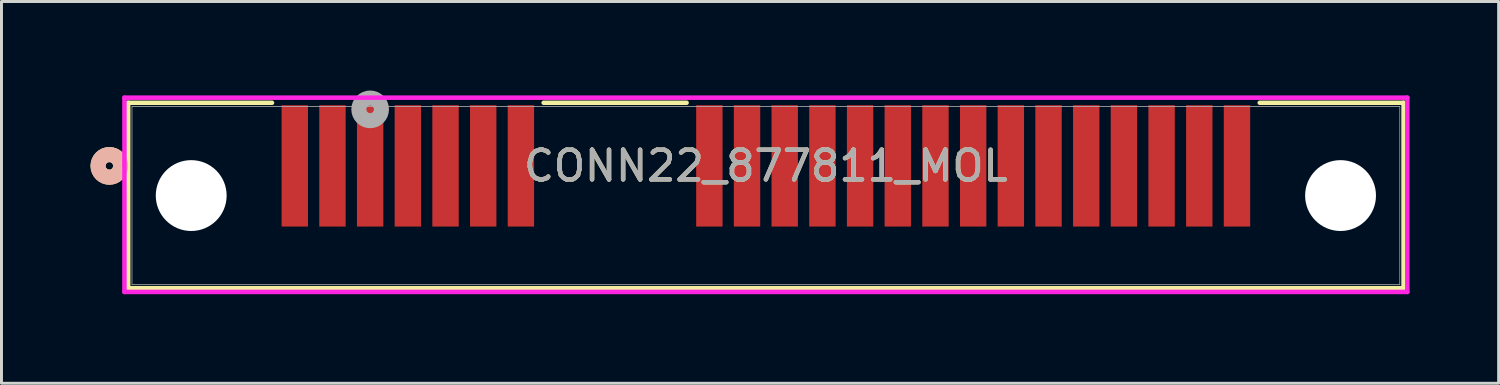
<source format=kicad_pcb>
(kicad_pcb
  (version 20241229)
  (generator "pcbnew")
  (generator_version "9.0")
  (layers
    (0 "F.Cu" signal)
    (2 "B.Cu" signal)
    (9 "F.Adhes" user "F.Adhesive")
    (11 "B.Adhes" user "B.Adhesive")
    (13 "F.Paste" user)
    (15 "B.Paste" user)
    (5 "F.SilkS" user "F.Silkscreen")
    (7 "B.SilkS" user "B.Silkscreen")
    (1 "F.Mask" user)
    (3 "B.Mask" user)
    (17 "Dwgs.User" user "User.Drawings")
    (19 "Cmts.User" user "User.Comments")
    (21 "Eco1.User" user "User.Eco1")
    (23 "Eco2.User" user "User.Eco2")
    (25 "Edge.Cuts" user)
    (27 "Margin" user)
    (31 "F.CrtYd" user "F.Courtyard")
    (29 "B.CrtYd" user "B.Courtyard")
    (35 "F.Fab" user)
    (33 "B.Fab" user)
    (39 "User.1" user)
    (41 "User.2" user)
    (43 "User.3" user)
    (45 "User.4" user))
  (footprint "CONN22_877811_MOL"
    (layer "F.Cu")
    (at 22.758 3.537)
    (property "Reference" "CONN22_877811_MOL" (at 0 -0.997 0) (unlocked yes) (layer "F.SilkS") (effects (font (size 1 1) (thickness 0.15))))
    (attr smd)
    (fp_line (start -21.488 -3.124) (end -16.642 -3.124) (stroke (width 0.152) (type solid)) (layer "F.SilkS"))
    (fp_line (start -21.488 3.124) (end -21.488 -3.124) (stroke (width 0.152) (type solid)) (layer "F.SilkS"))
    (fp_line (start -7.488 -3.124) (end -2.672 -3.124) (stroke (width 0.152) (type solid)) (layer "F.SilkS"))
    (fp_line (start 16.642 -3.124) (end 21.488 -3.124) (stroke (width 0.152) (type solid)) (layer "F.SilkS"))
    (fp_line (start 21.488 -3.124) (end 21.488 3.124) (stroke (width 0.152) (type solid)) (layer "F.SilkS"))
    (fp_line (start 21.488 3.124) (end -21.488 3.124) (stroke (width 0.152) (type solid)) (layer "F.SilkS"))
    (fp_circle (center -22.123 -0.997) (end -21.742 -0.997) (stroke (width 0.508) (type solid)) (fill no) (layer "F.SilkS"))
    (fp_circle (center -22.123 -0.997) (end -21.742 -0.997) (stroke (width 0.508) (type solid)) (fill no) (layer "B.SilkS"))
    (fp_line (start -21.615 -3.296) (end -21.615 3.251) (stroke (width 0.152) (type solid)) (layer "F.CrtYd"))
    (fp_line (start -21.615 3.251) (end 21.615 3.251) (stroke (width 0.152) (type solid)) (layer "F.CrtYd"))
    (fp_line (start 21.615 -3.296) (end -21.615 -3.296) (stroke (width 0.152) (type solid)) (layer "F.CrtYd"))
    (fp_line (start 21.615 3.251) (end 21.615 -3.296) (stroke (width 0.152) (type solid)) (layer "F.CrtYd"))
    (fp_line (start -21.361 -2.997) (end -21.361 2.997) (stroke (width 0.025) (type solid)) (layer "F.Fab"))
    (fp_line (start -21.361 2.997) (end 21.361 2.997) (stroke (width 0.025) (type solid)) (layer "F.Fab"))
    (fp_line (start 21.361 -2.997) (end -21.361 -2.997) (stroke (width 0.025) (type solid)) (layer "F.Fab"))
    (fp_line (start 21.361 2.997) (end 21.361 -2.997) (stroke (width 0.025) (type solid)) (layer "F.Fab"))
    (fp_circle (center -13.335 -2.902) (end -12.954 -2.902) (stroke (width 0.508) (type solid)) (fill no) (layer "F.Fab"))
    (fp_text user "${REFERENCE}" (at 0 -0.997 0) (unlocked yes) (layer "F.Fab") (effects (font (size 1 1) (thickness 0.15))))
    (pad "" np_thru_hole circle (at -19.365 0.003) (size 2.388 2.388) (drill 2.388) (layers "*.Cu" "*.Mask"))
    (pad "" np_thru_hole circle (at 19.365 0.003) (size 2.388 2.388) (drill 2.388) (layers "*.Cu" "*.Mask"))
    (pad "1" smd rect (at -15.875 -0.997) (size 0.889 4.089) (layers "F.Cu" "F.Mask" "F.Paste"))
    (pad "2" smd rect (at -14.605 -0.997) (size 0.889 4.089) (layers "F.Cu" "F.Mask" "F.Paste"))
    (pad "3" smd rect (at -13.335 -0.997) (size 0.889 4.089) (layers "F.Cu" "F.Mask" "F.Paste"))
    (pad "4" smd rect (at -12.065 -0.997) (size 0.889 4.089) (layers "F.Cu" "F.Mask" "F.Paste"))
    (pad "5" smd rect (at -10.795 -0.997) (size 0.889 4.089) (layers "F.Cu" "F.Mask" "F.Paste"))
    (pad "6" smd rect (at -9.525 -0.997) (size 0.889 4.089) (layers "F.Cu" "F.Mask" "F.Paste"))
    (pad "7" smd rect (at -8.255 -0.997) (size 0.889 4.089) (layers "F.Cu" "F.Mask" "F.Paste"))
    (pad "8" smd rect (at -1.905 -0.997) (size 0.889 4.089) (layers "F.Cu" "F.Mask" "F.Paste"))
    (pad "9" smd rect (at -0.635 -0.997) (size 0.889 4.089) (layers "F.Cu" "F.Mask" "F.Paste"))
    (pad "10" smd rect (at 0.635 -0.997) (size 0.889 4.089) (layers "F.Cu" "F.Mask" "F.Paste"))
    (pad "11" smd rect (at 1.905 -0.997) (size 0.889 4.089) (layers "F.Cu" "F.Mask" "F.Paste"))
    (pad "12" smd rect (at 3.175 -0.997) (size 0.889 4.089) (layers "F.Cu" "F.Mask" "F.Paste"))
    (pad "13" smd rect (at 4.445 -0.997) (size 0.889 4.089) (layers "F.Cu" "F.Mask" "F.Paste"))
    (pad "14" smd rect (at 5.715 -0.997) (size 0.889 4.089) (layers "F.Cu" "F.Mask" "F.Paste"))
    (pad "15" smd rect (at 6.985 -0.997) (size 0.889 4.089) (layers "F.Cu" "F.Mask" "F.Paste"))
    (pad "16" smd rect (at 8.255 -0.997) (size 0.889 4.089) (layers "F.Cu" "F.Mask" "F.Paste"))
    (pad "17" smd rect (at 9.525 -0.997) (size 0.889 4.089) (layers "F.Cu" "F.Mask" "F.Paste"))
    (pad "18" smd rect (at 10.795 -0.997) (size 0.889 4.089) (layers "F.Cu" "F.Mask" "F.Paste"))
    (pad "19" smd rect (at 12.065 -0.997) (size 0.889 4.089) (layers "F.Cu" "F.Mask" "F.Paste"))
    (pad "20" smd rect (at 13.335 -0.997) (size 0.889 4.089) (layers "F.Cu" "F.Mask" "F.Paste"))
    (pad "21" smd rect (at 14.605 -0.997) (size 0.889 4.089) (layers "F.Cu" "F.Mask" "F.Paste"))
    (pad "22" smd rect (at 15.875 -0.997) (size 0.889 4.089) (layers "F.Cu" "F.Mask" "F.Paste")))
  (gr_rect
    (start -3 -3)
    (end 47.45 9.865)
    (stroke (width 0.1) (type default))
    (fill no)
    (layer "Edge.Cuts")))
</source>
